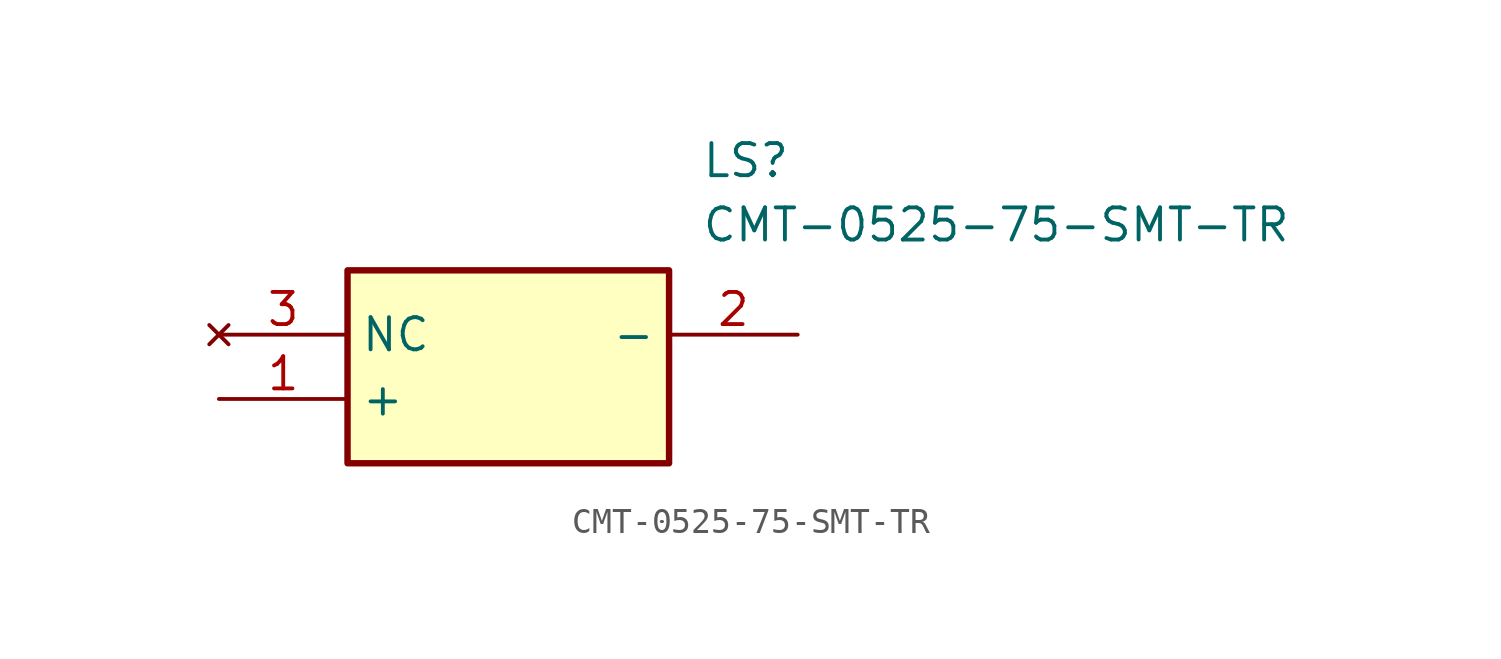
<source format=kicad_sym>
(kicad_symbol_lib
  (version 20211014)
  (generator SamacSys_ECAD_Model)
  (symbol "CMT-0525-75-SMT-TR"
    (property "Reference" "LS"
      (at 19.05 7.62 0)
      (effects (font (size 1.27 1.27)) (justify left top)))
    (property "Value" "CMT-0525-75-SMT-TR"
      (at 19.05 5.08 0)
      (effects (font (size 1.27 1.27)) (justify left top)))
    (rectangle
      (start 5.08 2.54)
      (end 17.78 -5.08)
      (stroke (width 0.254) (type default))
      (fill (type background)))
    (pin passive line
      (at 0 -2.54 0)
      (length 5.08)
      (name "+" (effects (font (size 1.27 1.27))))
      (number "1" (effects (font (size 1.27 1.27)))))
    (pin passive line
      (at 22.86 0 180)
      (length 5.08)
      (name "-" (effects (font (size 1.27 1.27))))
      (number "2" (effects (font (size 1.27 1.27)))))
    (pin no_connect line
      (at 0 0 0)
      (length 5.08)
      (name "NC" (effects (font (size 1.27 1.27))))
      (number "3" (effects (font (size 1.27 1.27)))))))
</source>
